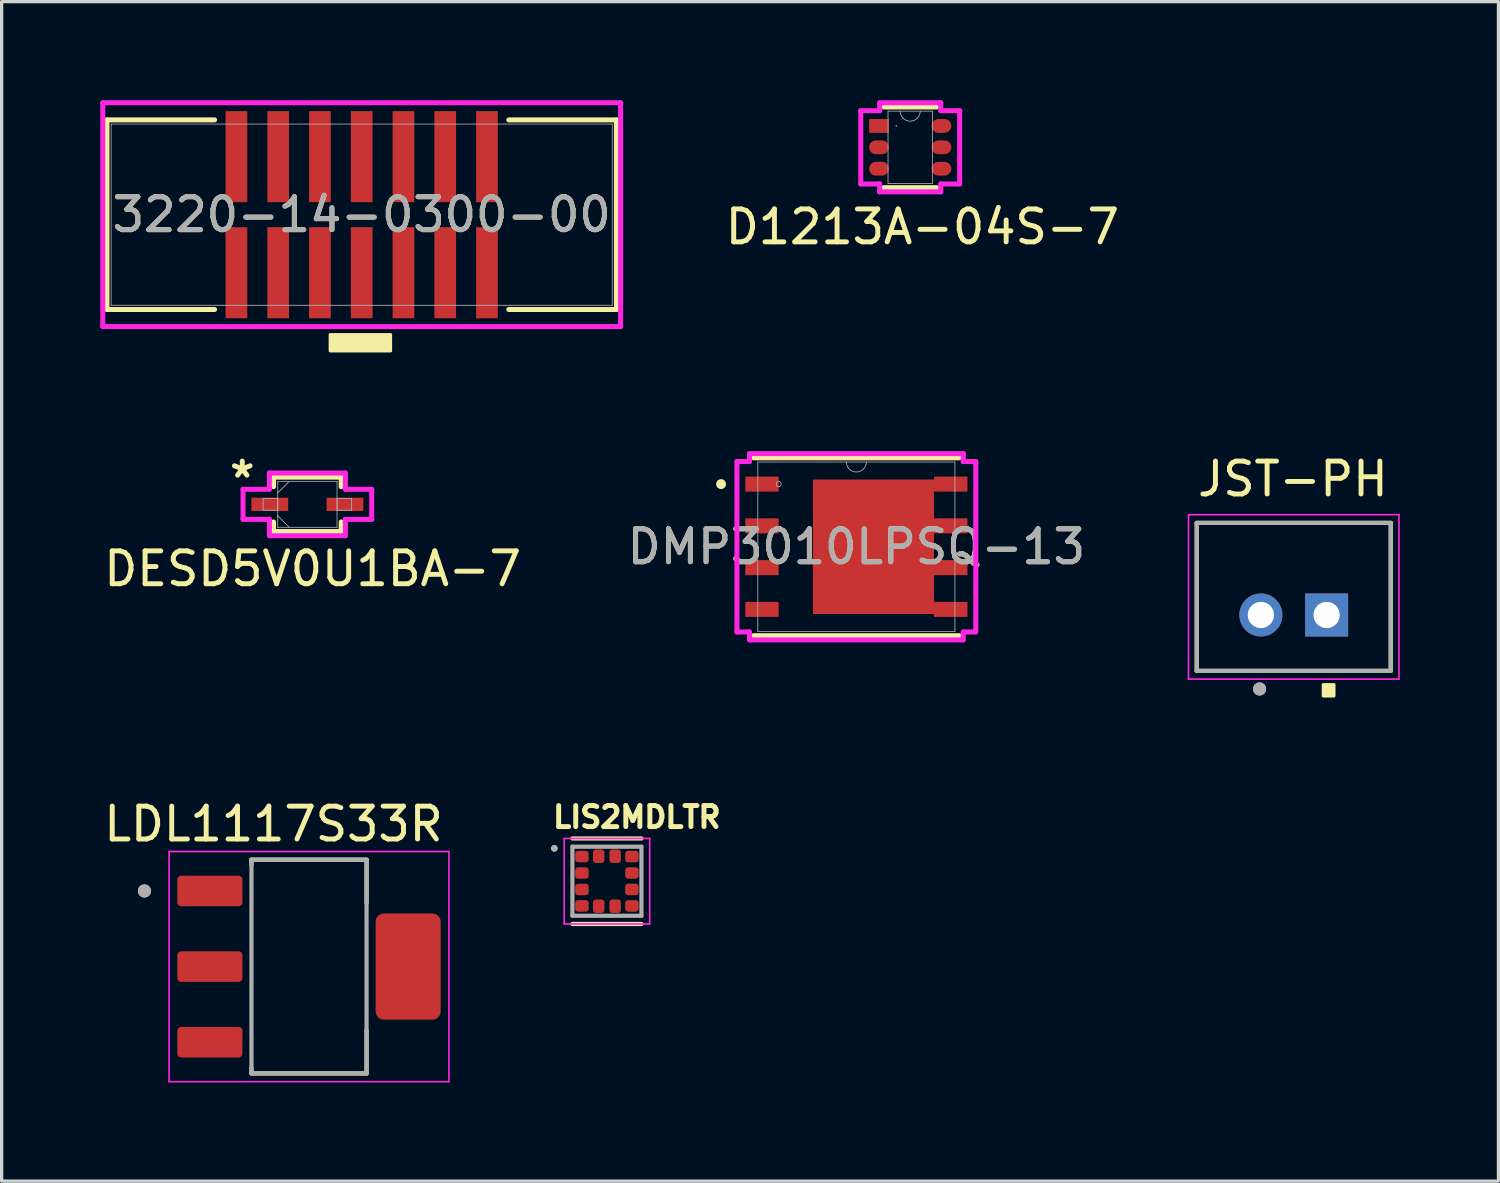
<source format=kicad_pcb>
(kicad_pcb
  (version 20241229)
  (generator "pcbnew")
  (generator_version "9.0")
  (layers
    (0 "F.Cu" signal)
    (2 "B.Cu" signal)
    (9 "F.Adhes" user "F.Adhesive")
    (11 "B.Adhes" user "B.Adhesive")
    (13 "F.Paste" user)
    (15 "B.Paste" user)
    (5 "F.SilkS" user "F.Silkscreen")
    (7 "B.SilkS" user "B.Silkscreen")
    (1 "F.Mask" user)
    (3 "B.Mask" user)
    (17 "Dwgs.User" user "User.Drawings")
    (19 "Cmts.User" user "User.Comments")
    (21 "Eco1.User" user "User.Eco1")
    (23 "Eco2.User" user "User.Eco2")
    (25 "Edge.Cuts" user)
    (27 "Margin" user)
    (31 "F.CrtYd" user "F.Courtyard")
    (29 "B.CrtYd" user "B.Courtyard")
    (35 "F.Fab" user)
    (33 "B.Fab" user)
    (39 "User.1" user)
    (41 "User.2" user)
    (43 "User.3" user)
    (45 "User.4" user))
  (footprint "3220-14-0300-00"
    (layer "F.Cu")
    (at 7.95 3.479)
    (property "Reference" "3220-14-0300-00" (at 0 0 0) (unlocked yes) (layer "F.SilkS") (effects (font (size 1 1) (thickness 0.15))))
    (attr smd)
    (fp_line (start -7.747 -2.883) (end -7.747 2.883) (stroke (width 0.152) (type solid)) (layer "F.SilkS"))
    (fp_line (start -7.747 2.883) (end -4.473 2.883) (stroke (width 0.152) (type solid)) (layer "F.SilkS"))
    (fp_line (start -4.473 -2.883) (end -7.747 -2.883) (stroke (width 0.152) (type solid)) (layer "F.SilkS"))
    (fp_line (start 4.473 2.883) (end 7.747 2.883) (stroke (width 0.152) (type solid)) (layer "F.SilkS"))
    (fp_line (start 7.747 -2.883) (end 4.473 -2.883) (stroke (width 0.152) (type solid)) (layer "F.SilkS"))
    (fp_line (start 7.747 2.883) (end 7.747 -2.883) (stroke (width 0.152) (type solid)) (layer "F.SilkS"))
    (fp_rect (start -0.955 3.65) (end 0.875 4.14) (stroke (width 0.1) (type solid)) (fill yes) (layer "F.SilkS"))
    (fp_line (start -7.874 -3.403) (end -7.874 3.403) (stroke (width 0.152) (type solid)) (layer "F.CrtYd"))
    (fp_line (start -7.874 3.403) (end 7.874 3.403) (stroke (width 0.152) (type solid)) (layer "F.CrtYd"))
    (fp_line (start 7.874 -3.403) (end -7.874 -3.403) (stroke (width 0.152) (type solid)) (layer "F.CrtYd"))
    (fp_line (start 7.874 3.403) (end 7.874 -3.403) (stroke (width 0.152) (type solid)) (layer "F.CrtYd"))
    (fp_line (start -7.62 -2.756) (end -7.62 2.756) (stroke (width 0.025) (type solid)) (layer "F.Fab"))
    (fp_line (start -7.62 2.756) (end 7.62 2.756) (stroke (width 0.025) (type solid)) (layer "F.Fab"))
    (fp_line (start 7.62 -2.756) (end -7.62 -2.756) (stroke (width 0.025) (type solid)) (layer "F.Fab"))
    (fp_line (start 7.62 2.756) (end 7.62 -2.756) (stroke (width 0.025) (type solid)) (layer "F.Fab"))
    (fp_text user "${REFERENCE}" (at 0 0 0) (unlocked yes) (layer "F.Fab") (effects (font (size 1 1) (thickness 0.15))))
    (pad "1" smd rect (at -3.81 1.765) (size 0.66 2.769) (layers "F.Cu" "F.Mask" "F.Paste"))
    (pad "2" smd rect (at -3.81 -1.765) (size 0.66 2.769) (layers "F.Cu" "F.Mask" "F.Paste"))
    (pad "3" smd rect (at -2.54 1.765) (size 0.66 2.769) (layers "F.Cu" "F.Mask" "F.Paste"))
    (pad "4" smd rect (at -2.54 -1.765) (size 0.66 2.769) (layers "F.Cu" "F.Mask" "F.Paste"))
    (pad "5" smd rect (at -1.27 1.765) (size 0.66 2.769) (layers "F.Cu" "F.Mask" "F.Paste"))
    (pad "6" smd rect (at -1.27 -1.765) (size 0.66 2.769) (layers "F.Cu" "F.Mask" "F.Paste"))
    (pad "7" smd rect (at 0 1.765) (size 0.66 2.769) (layers "F.Cu" "F.Mask" "F.Paste"))
    (pad "8" smd rect (at 0 -1.765) (size 0.66 2.769) (layers "F.Cu" "F.Mask" "F.Paste"))
    (pad "9" smd rect (at 1.27 1.765) (size 0.66 2.769) (layers "F.Cu" "F.Mask" "F.Paste"))
    (pad "10" smd rect (at 1.27 -1.765) (size 0.66 2.769) (layers "F.Cu" "F.Mask" "F.Paste"))
    (pad "11" smd rect (at 2.54 1.765) (size 0.66 2.769) (layers "F.Cu" "F.Mask" "F.Paste"))
    (pad "12" smd rect (at 2.54 -1.765) (size 0.66 2.769) (layers "F.Cu" "F.Mask" "F.Paste"))
    (pad "13" smd rect (at 3.81 1.765) (size 0.66 2.769) (layers "F.Cu" "F.Mask" "F.Paste"))
    (pad "14" smd rect (at 3.81 -1.765) (size 0.66 2.769) (layers "F.Cu" "F.Mask" "F.Paste")))
  (footprint "LDL1117S33R"
    (layer "F.Cu")
    (at 6.348 26.346)
    (property "Reference" "LDL1117S33R" (at -1.08 -4.335 0) (layer "F.SilkS") (effects (font (size 1 1) (thickness 0.15))))
    (attr smd)
    (fp_line (start -1.75 -3.25) (end -1.75 -3.085) (stroke (width 0.127) (type solid)) (layer "F.SilkS"))
    (fp_line (start -1.75 3.25) (end -1.75 3.085) (stroke (width 0.127) (type solid)) (layer "F.SilkS"))
    (fp_line (start -1.75 3.25) (end 1.75 3.25) (stroke (width 0.127) (type solid)) (layer "F.SilkS"))
    (fp_line (start 1.75 -3.25) (end -1.75 -3.25) (stroke (width 0.127) (type solid)) (layer "F.SilkS"))
    (fp_line (start 1.75 -1.935) (end 1.75 -3.25) (stroke (width 0.127) (type solid)) (layer "F.SilkS"))
    (fp_line (start 1.75 3.25) (end 1.75 1.935) (stroke (width 0.127) (type solid)) (layer "F.SilkS"))
    (fp_circle (center -5.005 -2.3) (end -4.905 -2.3) (stroke (width 0.2) (type solid)) (fill no) (layer "F.SilkS"))
    (fp_line (start -4.255 -3.5) (end -4.255 3.5) (stroke (width 0.05) (type solid)) (layer "F.CrtYd"))
    (fp_line (start -4.255 3.5) (end 4.255 3.5) (stroke (width 0.05) (type solid)) (layer "F.CrtYd"))
    (fp_line (start 4.255 -3.5) (end -4.255 -3.5) (stroke (width 0.05) (type solid)) (layer "F.CrtYd"))
    (fp_line (start 4.255 3.5) (end 4.255 -3.5) (stroke (width 0.05) (type solid)) (layer "F.CrtYd"))
    (fp_line (start -1.75 -3.25) (end -1.75 3.25) (stroke (width 0.127) (type solid)) (layer "F.Fab"))
    (fp_line (start -1.75 3.25) (end 1.75 3.25) (stroke (width 0.127) (type solid)) (layer "F.Fab"))
    (fp_line (start 1.75 -3.25) (end -1.75 -3.25) (stroke (width 0.127) (type solid)) (layer "F.Fab"))
    (fp_line (start 1.75 3.25) (end 1.75 -3.25) (stroke (width 0.127) (type solid)) (layer "F.Fab"))
    (fp_circle (center -5.005 -2.3) (end -4.905 -2.3) (stroke (width 0.2) (type solid)) (fill no) (layer "F.Fab"))
    (pad "1" smd roundrect (at -3.015 -2.3) (size 1.98 0.93) (layers "F.Cu" "F.Mask" "F.Paste") (roundrect_rratio 0.125))
    (pad "2" smd roundrect (at -3.015 0) (size 1.98 0.93) (layers "F.Cu" "F.Mask" "F.Paste") (roundrect_rratio 0.125))
    (pad "3" smd roundrect (at -3.015 2.3) (size 1.98 0.93) (layers "F.Cu" "F.Mask" "F.Paste") (roundrect_rratio 0.125))
    (pad "4" smd roundrect (at 3.015 0) (size 1.98 3.23) (layers "F.Cu" "F.Mask" "F.Paste") (roundrect_rratio 0.125)))
  (footprint "JST-PH"
    (layer "F.Cu")
    (at 36.296 15.103)
    (property "Reference" "JST-PH" (at -0.025 -3.585 0) (layer "F.SilkS") (effects (font (size 1 1) (thickness 0.15))))
    (attr through_hole)
    (fp_line (start -2.95 -2.25) (end 2.95 -2.25) (stroke (width 0.127) (type solid)) (layer "F.SilkS"))
    (fp_line (start -2.95 2.25) (end -2.95 -2.25) (stroke (width 0.127) (type solid)) (layer "F.SilkS"))
    (fp_line (start 2.95 -2.25) (end 2.95 2.25) (stroke (width 0.127) (type solid)) (layer "F.SilkS"))
    (fp_line (start 2.95 2.25) (end -2.95 2.25) (stroke (width 0.127) (type solid)) (layer "F.SilkS"))
    (fp_rect (start 0.9 2.67) (end 1.22 3.01) (stroke (width 0.1) (type solid)) (fill yes) (layer "F.SilkS"))
    (fp_circle (center -1.04 2.8) (end -0.94 2.8) (stroke (width 0.2) (type solid)) (fill no) (layer "F.SilkS"))
    (fp_line (start -3.2 -2.5) (end 3.2 -2.5) (stroke (width 0.05) (type solid)) (layer "F.CrtYd"))
    (fp_line (start -3.2 2.5) (end -3.2 -2.5) (stroke (width 0.05) (type solid)) (layer "F.CrtYd"))
    (fp_line (start 3.2 -2.5) (end 3.2 2.5) (stroke (width 0.05) (type solid)) (layer "F.CrtYd"))
    (fp_line (start 3.2 2.5) (end -3.2 2.5) (stroke (width 0.05) (type solid)) (layer "F.CrtYd"))
    (fp_line (start -2.95 -2.25) (end 2.95 -2.25) (stroke (width 0.127) (type solid)) (layer "F.Fab"))
    (fp_line (start -2.95 2.25) (end -2.95 -2.25) (stroke (width 0.127) (type solid)) (layer "F.Fab"))
    (fp_line (start 2.95 -2.25) (end 2.95 2.25) (stroke (width 0.127) (type solid)) (layer "F.Fab"))
    (fp_line (start 2.95 2.25) (end -2.95 2.25) (stroke (width 0.127) (type solid)) (layer "F.Fab"))
    (fp_circle (center -1.04 2.8) (end -0.94 2.8) (stroke (width 0.2) (type solid)) (fill no) (layer "F.Fab"))
    (pad "1" thru_hole rect (at 1 0.55) (size 1.308 1.308) (drill 0.8) (layers "*.Cu" "*.Mask"))
    (pad "2" thru_hole circle (at -1 0.55) (size 1.308 1.308) (drill 0.8) (layers "*.Cu" "*.Mask")))
  (footprint "LIS2MDLTR"
    (layer "F.Cu")
    (at 15.408 23.75)
    (property "Reference" "LIS2MDLTR" (at 0.91 -1.95 0) (layer "F.SilkS") (effects (font (size 0.64 0.64) (thickness 0.15))))
    (attr smd)
    (fp_line (start -1.05 -1.3) (end 1.05 -1.3) (stroke (width 0.127) (type solid)) (layer "F.SilkS"))
    (fp_line (start 1.05 1.3) (end -1.05 1.3) (stroke (width 0.127) (type solid)) (layer "F.SilkS"))
    (fp_circle (center -1.6 -1) (end -1.55 -1) (stroke (width 0.1) (type solid)) (fill no) (layer "F.SilkS"))
    (fp_line (start -1.3 -1.3) (end -1.3 1.3) (stroke (width 0.05) (type solid)) (layer "F.CrtYd"))
    (fp_line (start -1.3 1.3) (end 1.3 1.3) (stroke (width 0.05) (type solid)) (layer "F.CrtYd"))
    (fp_line (start 1.3 -1.3) (end -1.3 -1.3) (stroke (width 0.05) (type solid)) (layer "F.CrtYd"))
    (fp_line (start 1.3 1.3) (end 1.3 -1.3) (stroke (width 0.05) (type solid)) (layer "F.CrtYd"))
    (fp_line (start -1.05 -1.05) (end 1.05 -1.05) (stroke (width 0.127) (type solid)) (layer "F.Fab"))
    (fp_line (start -1.05 1.05) (end -1.05 -1.05) (stroke (width 0.127) (type solid)) (layer "F.Fab"))
    (fp_line (start 1.05 -1.05) (end 1.05 1.05) (stroke (width 0.127) (type solid)) (layer "F.Fab"))
    (fp_line (start 1.05 1.05) (end -1.05 1.05) (stroke (width 0.127) (type solid)) (layer "F.Fab"))
    (fp_circle (center -1.6 -1) (end -1.55 -1) (stroke (width 0.1) (type solid)) (fill no) (layer "F.Fab"))
    (pad "1" smd roundrect (at -0.76 -0.75) (size 0.41 0.35) (layers "F.Cu" "F.Mask" "F.Paste") (roundrect_rratio 0.25))
    (pad "2" smd roundrect (at -0.76 -0.25) (size 0.41 0.35) (layers "F.Cu" "F.Mask" "F.Paste") (roundrect_rratio 0.25))
    (pad "3" smd roundrect (at -0.76 0.25) (size 0.41 0.35) (layers "F.Cu" "F.Mask" "F.Paste") (roundrect_rratio 0.25))
    (pad "4" smd roundrect (at -0.76 0.75) (size 0.41 0.35) (layers "F.Cu" "F.Mask" "F.Paste") (roundrect_rratio 0.25))
    (pad "5" smd roundrect (at -0.25 0.76) (size 0.35 0.41) (layers "F.Cu" "F.Mask" "F.Paste") (roundrect_rratio 0.25))
    (pad "6" smd roundrect (at 0.25 0.76) (size 0.35 0.41) (layers "F.Cu" "F.Mask" "F.Paste") (roundrect_rratio 0.25))
    (pad "7" smd roundrect (at 0.76 0.75) (size 0.41 0.35) (layers "F.Cu" "F.Mask" "F.Paste") (roundrect_rratio 0.25))
    (pad "8" smd roundrect (at 0.76 0.25) (size 0.41 0.35) (layers "F.Cu" "F.Mask" "F.Paste") (roundrect_rratio 0.25))
    (pad "9" smd roundrect (at 0.76 -0.25) (size 0.41 0.35) (layers "F.Cu" "F.Mask" "F.Paste") (roundrect_rratio 0.25))
    (pad "10" smd roundrect (at 0.76 -0.75) (size 0.41 0.35) (layers "F.Cu" "F.Mask" "F.Paste") (roundrect_rratio 0.25))
    (pad "11" smd roundrect (at 0.25 -0.76) (size 0.35 0.41) (layers "F.Cu" "F.Mask" "F.Paste") (roundrect_rratio 0.25))
    (pad "12" smd roundrect (at -0.25 -0.76) (size 0.35 0.41) (layers "F.Cu" "F.Mask" "F.Paste") (roundrect_rratio 0.25)))
  (footprint "DMP3010LPSQ-13"
    (layer "F.Cu")
    (at 22.994 13.578)
    (property "Reference" "DMP3010LPSQ-13" (at 0 0 0) (unlocked yes) (layer "F.SilkS") (effects (font (size 1 1) (thickness 0.15))))
    (attr smd)
    (fp_poly (pts (xy 2.362 -2.045) (xy -1.321 -2.045) (xy -1.321 2.045) (xy 2.362 2.045)) (stroke (width 0) (type solid)) (fill yes) (layer "F.Cu"))
    (fp_poly (pts (xy 2.362 -2.045) (xy -1.321 -2.045) (xy -1.321 2.045) (xy 2.362 2.045)) (stroke (width 0) (type solid)) (fill yes) (layer "F.Mask"))
    (fp_line (start -3.124 2.705) (end 3.124 2.705) (stroke (width 0.152) (type solid)) (layer "F.SilkS"))
    (fp_line (start 3.124 -2.705) (end -3.124 -2.705) (stroke (width 0.152) (type solid)) (layer "F.SilkS"))
    (fp_circle (center -4.115 -1.905) (end -4.039 -1.905) (stroke (width 0.152) (type solid)) (fill no) (layer "F.SilkS"))
    (fp_poly (pts (xy 2.362 -2.045) (xy -1.321 -2.045) (xy -1.321 2.045) (xy 2.362 2.045)) (stroke (width 0) (type solid)) (fill yes) (layer "F.Paste"))
    (fp_line (start -3.632 -2.591) (end -3.251 -2.591) (stroke (width 0.152) (type solid)) (layer "F.CrtYd"))
    (fp_line (start -3.632 2.591) (end -3.632 -2.591) (stroke (width 0.152) (type solid)) (layer "F.CrtYd"))
    (fp_line (start -3.632 2.591) (end -3.251 2.591) (stroke (width 0.152) (type solid)) (layer "F.CrtYd"))
    (fp_line (start -3.251 -2.832) (end 3.251 -2.832) (stroke (width 0.152) (type solid)) (layer "F.CrtYd"))
    (fp_line (start -3.251 -2.591) (end -3.251 -2.832) (stroke (width 0.152) (type solid)) (layer "F.CrtYd"))
    (fp_line (start -3.251 2.832) (end -3.251 2.591) (stroke (width 0.152) (type solid)) (layer "F.CrtYd"))
    (fp_line (start 3.251 -2.832) (end 3.251 -2.591) (stroke (width 0.152) (type solid)) (layer "F.CrtYd"))
    (fp_line (start 3.251 2.591) (end 3.251 2.832) (stroke (width 0.152) (type solid)) (layer "F.CrtYd"))
    (fp_line (start 3.251 2.832) (end -3.251 2.832) (stroke (width 0.152) (type solid)) (layer "F.CrtYd"))
    (fp_line (start 3.632 -2.591) (end 3.251 -2.591) (stroke (width 0.152) (type solid)) (layer "F.CrtYd"))
    (fp_line (start 3.632 -2.591) (end 3.632 2.591) (stroke (width 0.152) (type solid)) (layer "F.CrtYd"))
    (fp_line (start 3.632 2.591) (end 3.251 2.591) (stroke (width 0.152) (type solid)) (layer "F.CrtYd"))
    (fp_line (start -2.997 -2.578) (end -2.997 2.578) (stroke (width 0.025) (type solid)) (layer "F.Fab"))
    (fp_line (start -2.997 2.578) (end 2.997 2.578) (stroke (width 0.025) (type solid)) (layer "F.Fab"))
    (fp_line (start 2.997 -2.578) (end -2.997 -2.578) (stroke (width 0.025) (type solid)) (layer "F.Fab"))
    (fp_line (start 2.997 2.578) (end 2.997 -2.578) (stroke (width 0.025) (type solid)) (layer "F.Fab"))
    (fp_arc (start 0.3048 -2.5781) (mid 0 -2.2733) (end -0.3048 -2.5781) (stroke (width 0.0254) (type solid)) (layer "F.Fab"))
    (fp_circle (center -2.362 -1.905) (end -2.286 -1.905) (stroke (width 0.025) (type solid)) (fill no) (layer "F.Fab"))
    (fp_text user "${REFERENCE}" (at 0 0 0) (unlocked yes) (layer "F.Fab") (effects (font (size 1 1) (thickness 0.15))))
    (pad "1" smd rect (at -2.87 -1.905) (size 1.016 0.457) (layers "F.Cu" "F.Mask" "F.Paste"))
    (pad "2" smd rect (at -2.87 -0.635) (size 1.016 0.457) (layers "F.Cu" "F.Mask" "F.Paste"))
    (pad "3" smd rect (at -2.87 0.635) (size 1.016 0.457) (layers "F.Cu" "F.Mask" "F.Paste"))
    (pad "4" smd rect (at -2.87 1.905) (size 1.016 0.457) (layers "F.Cu" "F.Mask" "F.Paste"))
    (pad "5" smd rect (at 2.87 1.905) (size 1.016 0.457) (layers "F.Cu" "F.Mask" "F.Paste"))
    (pad "6" smd rect (at 2.87 0.635) (size 1.016 0.457) (layers "F.Cu" "F.Mask" "F.Paste"))
    (pad "7" smd rect (at 2.87 -0.635) (size 1.016 0.457) (layers "F.Cu" "F.Mask" "F.Paste"))
    (pad "8" smd rect (at 2.87 -1.905) (size 1.016 0.457) (layers "F.Cu" "F.Mask" "F.Paste")))
  (footprint "D1213A-04S-7"
    (layer "F.Cu")
    (at 24.632 1.43)
    (property "Reference" "D1213A-04S-7" (at 0.37 2.42 0) (unlocked yes) (layer "F.SilkS") (effects (font (size 1 1) (thickness 0.15))))
    (attr smd)
    (fp_line (start -0.802 1.227) (end 0.802 1.227) (stroke (width 0.152) (type solid)) (layer "F.SilkS"))
    (fp_line (start 0.802 -1.227) (end -0.802 -1.227) (stroke (width 0.152) (type solid)) (layer "F.SilkS"))
    (fp_line (start -1.504 -1.114) (end -0.929 -1.114) (stroke (width 0.152) (type solid)) (layer "F.CrtYd"))
    (fp_line (start -1.504 1.114) (end -1.504 -1.114) (stroke (width 0.152) (type solid)) (layer "F.CrtYd"))
    (fp_line (start -1.504 1.114) (end -0.929 1.114) (stroke (width 0.152) (type solid)) (layer "F.CrtYd"))
    (fp_line (start -0.929 -1.354) (end 0.929 -1.354) (stroke (width 0.152) (type solid)) (layer "F.CrtYd"))
    (fp_line (start -0.929 -1.114) (end -0.929 -1.354) (stroke (width 0.152) (type solid)) (layer "F.CrtYd"))
    (fp_line (start -0.929 1.354) (end -0.929 1.114) (stroke (width 0.152) (type solid)) (layer "F.CrtYd"))
    (fp_line (start 0.929 -1.354) (end 0.929 -1.114) (stroke (width 0.152) (type solid)) (layer "F.CrtYd"))
    (fp_line (start 0.929 1.114) (end 0.929 1.354) (stroke (width 0.152) (type solid)) (layer "F.CrtYd"))
    (fp_line (start 0.929 1.354) (end -0.929 1.354) (stroke (width 0.152) (type solid)) (layer "F.CrtYd"))
    (fp_line (start 1.504 -1.114) (end 0.929 -1.114) (stroke (width 0.152) (type solid)) (layer "F.CrtYd"))
    (fp_line (start 1.504 -1.114) (end 1.504 1.114) (stroke (width 0.152) (type solid)) (layer "F.CrtYd"))
    (fp_line (start 1.504 1.114) (end 0.929 1.114) (stroke (width 0.152) (type solid)) (layer "F.CrtYd"))
    (fp_line (start -0.675 -1.1) (end -0.675 1.1) (stroke (width 0.025) (type solid)) (layer "F.Fab"))
    (fp_line (start -0.675 1.1) (end 0.675 1.1) (stroke (width 0.025) (type solid)) (layer "F.Fab"))
    (fp_line (start 0.675 -1.1) (end -0.675 -1.1) (stroke (width 0.025) (type solid)) (layer "F.Fab"))
    (fp_line (start 0.675 1.1) (end 0.675 -1.1) (stroke (width 0.025) (type solid)) (layer "F.Fab"))
    (fp_arc (start 0.3048 -1.1) (mid 0 -0.7952) (end -0.3048 -1.1) (stroke (width 0.0254) (type solid)) (layer "F.Fab"))
    (fp_circle (center -0.421 -0.65) (end -0.421 -0.65) (stroke (width 0.025) (type solid)) (fill no) (layer "F.Fab"))
    (pad "1" smd rect (at -0.95 -0.65) (size 0.6 0.42) (layers "F.Cu" "F.Mask" "F.Paste"))
    (pad "2" smd oval (at -0.95 0) (size 0.6 0.42) (layers "F.Cu" "F.Mask" "F.Paste"))
    (pad "3" smd oval (at -0.95 0.65) (size 0.6 0.42) (layers "F.Cu" "F.Mask" "F.Paste"))
    (pad "4" smd oval (at 0.95 0.65) (size 0.6 0.42) (layers "F.Cu" "F.Mask" "F.Paste"))
    (pad "5" smd oval (at 0.95 0) (size 0.6 0.42) (layers "F.Cu" "F.Mask" "F.Paste"))
    (pad "6" smd oval (at 0.95 -0.65) (size 0.6 0.42) (layers "F.Cu" "F.Mask" "F.Paste")))
  (footprint "DESD5V0U1BA-7"
    (layer "F.Cu")
    (at 6.298 12.288)
    (property "Reference" "DESD5V0U1BA-7" (at 0.16 1.96 0) (unlocked yes) (layer "F.SilkS") (effects (font (size 1 1) (thickness 0.15))))
    (attr smd)
    (fp_line (start -1.029 -0.826) (end -1.029 -0.536) (stroke (width 0.152) (type solid)) (layer "F.SilkS"))
    (fp_line (start -1.029 0.536) (end -1.029 0.826) (stroke (width 0.152) (type solid)) (layer "F.SilkS"))
    (fp_line (start -1.029 0.826) (end 1.029 0.826) (stroke (width 0.152) (type solid)) (layer "F.SilkS"))
    (fp_line (start 1.029 -0.826) (end -1.029 -0.826) (stroke (width 0.152) (type solid)) (layer "F.SilkS"))
    (fp_line (start 1.029 -0.536) (end 1.029 -0.826) (stroke (width 0.152) (type solid)) (layer "F.SilkS"))
    (fp_line (start 1.029 0.826) (end 1.029 0.536) (stroke (width 0.152) (type solid)) (layer "F.SilkS"))
    (fp_line (start -1.956 -0.457) (end -1.156 -0.457) (stroke (width 0.152) (type solid)) (layer "F.CrtYd"))
    (fp_line (start -1.956 0.457) (end -1.956 -0.457) (stroke (width 0.152) (type solid)) (layer "F.CrtYd"))
    (fp_line (start -1.156 -0.953) (end 1.156 -0.953) (stroke (width 0.152) (type solid)) (layer "F.CrtYd"))
    (fp_line (start -1.156 -0.457) (end -1.156 -0.953) (stroke (width 0.152) (type solid)) (layer "F.CrtYd"))
    (fp_line (start -1.156 0.457) (end -1.956 0.457) (stroke (width 0.152) (type solid)) (layer "F.CrtYd"))
    (fp_line (start -1.156 0.953) (end -1.156 0.457) (stroke (width 0.152) (type solid)) (layer "F.CrtYd"))
    (fp_line (start 1.156 -0.953) (end 1.156 -0.457) (stroke (width 0.152) (type solid)) (layer "F.CrtYd"))
    (fp_line (start 1.156 -0.457) (end 1.956 -0.457) (stroke (width 0.152) (type solid)) (layer "F.CrtYd"))
    (fp_line (start 1.156 0.457) (end 1.156 0.953) (stroke (width 0.152) (type solid)) (layer "F.CrtYd"))
    (fp_line (start 1.156 0.953) (end -1.156 0.953) (stroke (width 0.152) (type solid)) (layer "F.CrtYd"))
    (fp_line (start 1.956 -0.457) (end 1.956 0.457) (stroke (width 0.152) (type solid)) (layer "F.CrtYd"))
    (fp_line (start 1.956 0.457) (end 1.156 0.457) (stroke (width 0.152) (type solid)) (layer "F.CrtYd"))
    (fp_line (start -1.346 -0.178) (end -1.346 0.178) (stroke (width 0.025) (type solid)) (layer "F.Fab"))
    (fp_line (start -1.346 0.178) (end -0.902 0.178) (stroke (width 0.025) (type solid)) (layer "F.Fab"))
    (fp_line (start -0.902 -0.699) (end -0.902 0.699) (stroke (width 0.025) (type solid)) (layer "F.Fab"))
    (fp_line (start -0.902 -0.349) (end -0.552 -0.699) (stroke (width 0.025) (type solid)) (layer "F.Fab"))
    (fp_line (start -0.902 -0.178) (end -1.346 -0.178) (stroke (width 0.025) (type solid)) (layer "F.Fab"))
    (fp_line (start -0.902 0.178) (end -0.902 -0.178) (stroke (width 0.025) (type solid)) (layer "F.Fab"))
    (fp_line (start -0.902 0.349) (end -0.552 0.699) (stroke (width 0.025) (type solid)) (layer "F.Fab"))
    (fp_line (start -0.902 0.699) (end 0.902 0.699) (stroke (width 0.025) (type solid)) (layer "F.Fab"))
    (fp_line (start 0.902 -0.699) (end -0.902 -0.699) (stroke (width 0.025) (type solid)) (layer "F.Fab"))
    (fp_line (start 0.902 -0.178) (end 0.902 0.178) (stroke (width 0.025) (type solid)) (layer "F.Fab"))
    (fp_line (start 0.902 0.178) (end 1.346 0.178) (stroke (width 0.025) (type solid)) (layer "F.Fab"))
    (fp_line (start 0.902 0.699) (end 0.902 -0.699) (stroke (width 0.025) (type solid)) (layer "F.Fab"))
    (fp_line (start 1.346 -0.178) (end 0.902 -0.178) (stroke (width 0.025) (type solid)) (layer "F.Fab"))
    (fp_line (start 1.346 0.178) (end 1.346 -0.178) (stroke (width 0.025) (type solid)) (layer "F.Fab"))
    (fp_text user "*" (at -1.98 -0.77 0) (layer "F.SilkS") (effects (font (size 1 1) (thickness 0.15))))
    (pad "1" smd rect (at -1.143 0) (size 1.118 0.406) (layers "F.Cu" "F.Mask" "F.Paste"))
    (pad "2" smd rect (at 1.143 0) (size 1.118 0.406) (layers "F.Cu" "F.Mask" "F.Paste")))
  (gr_rect
    (start -3 -3)
    (end 42.521 32.871)
    (stroke (width 0.1) (type default))
    (fill no)
    (layer "Edge.Cuts")))
</source>
